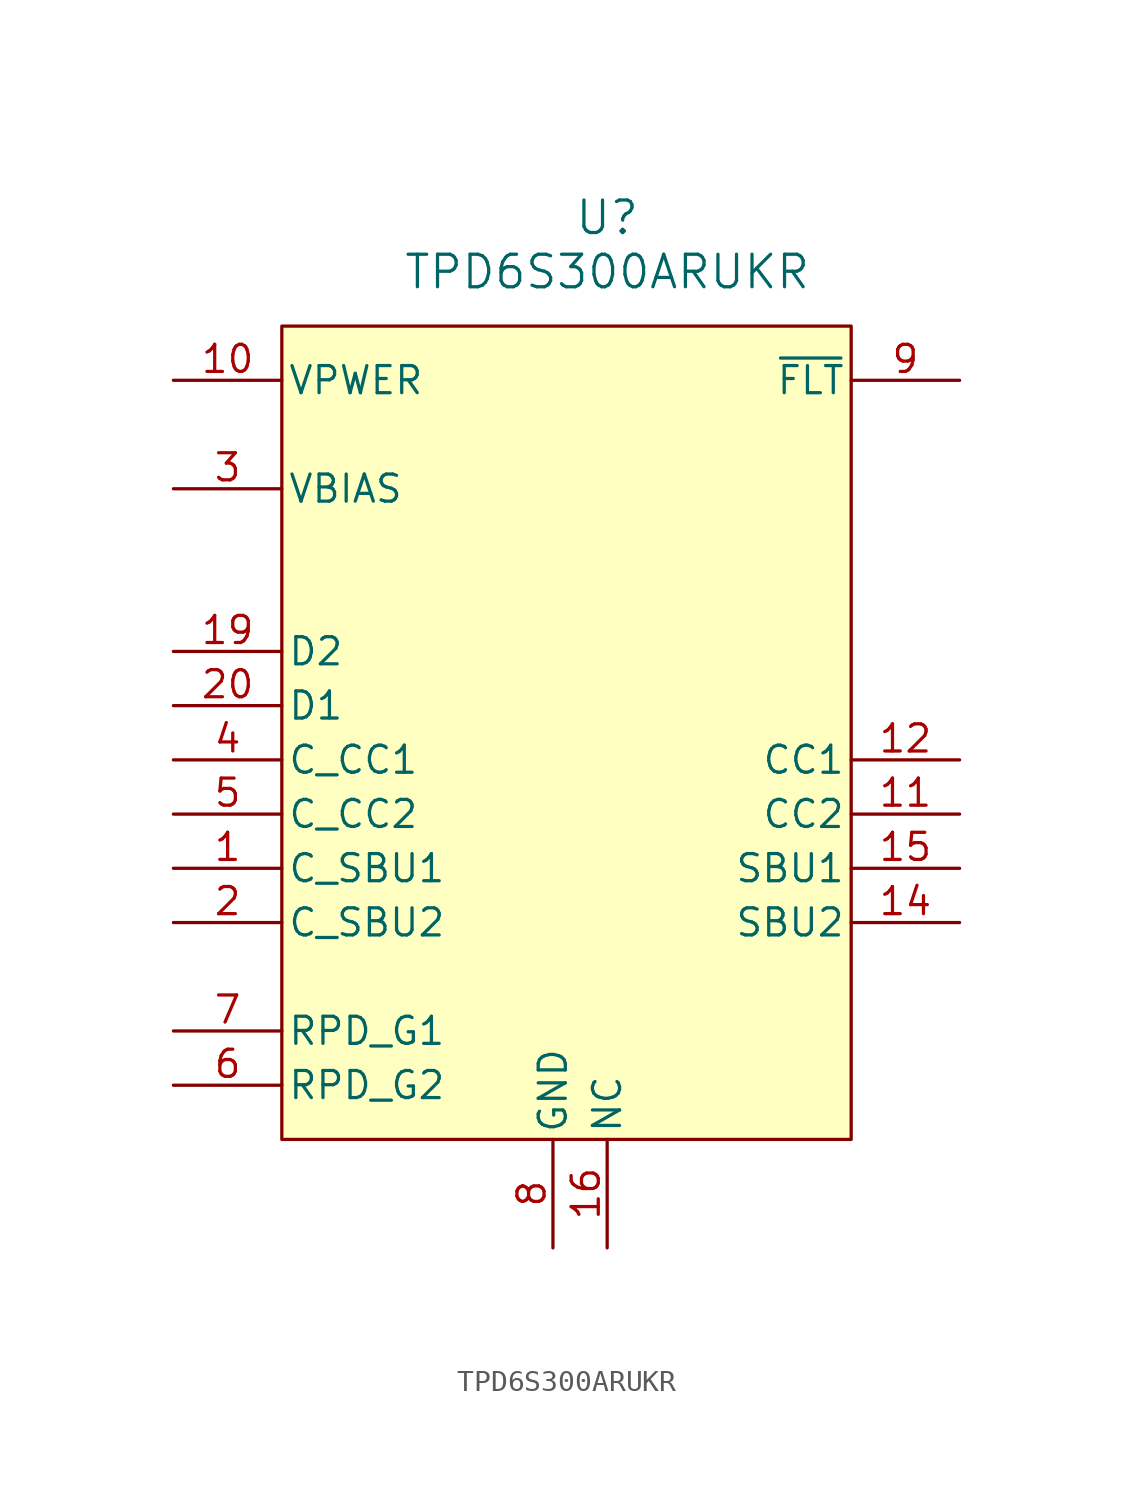
<source format=kicad_sym>
(kicad_symbol_lib
  (version 20231120)
  (generator "kicad_symbol_editor")
  (generator_version "8.0")
  (symbol "TPD6S300ARUKR"
    (pin_names
      (offset 0.254))
    (property "Reference" "U"
      (at 22.86 10.16 0)
      (effects (font (size 1.524 1.524))))
    (property "Value" "TPD6S300ARUKR"
      (at 22.86 7.62 0)
      (effects (font (size 1.524 1.524))))
    (symbol "TPD6S300ARUKR_1_1"
      (rectangle (start 7.62 5.08) (end 34.29 -33.02) (stroke (width 0) (type default)) (fill (type background)))
      (pin bidirectional line (at 2.54 -20.32 0) (length 5.08) (name "C_SBU1" (effects (font (size 1.27 1.27)))) (number "1" (effects (font (size 1.27 1.27)))))
      (pin power_in line (at 2.54 2.54 0) (length 5.08) (name "VPWER" (effects (font (size 1.27 1.27)))) (number "10" (effects (font (size 1.27 1.27)))))
      (pin bidirectional line (at 39.37 -17.78 180) (length 5.08) (name "CC2" (effects (font (size 1.27 1.27)))) (number "11" (effects (font (size 1.27 1.27)))))
      (pin bidirectional line (at 39.37 -15.24 180) (length 5.08) (name "CC1" (effects (font (size 1.27 1.27)))) (number "12" (effects (font (size 1.27 1.27)))))
      (pin power_out line (at 20.32 -38.1 90) (length 5.08) hide (name "GND" (effects (font (size 1.27 1.27)))) (number "13" (effects (font (size 1.27 1.27)))))
      (pin bidirectional line (at 39.37 -22.86 180) (length 5.08) (name "SBU2" (effects (font (size 1.27 1.27)))) (number "14" (effects (font (size 1.27 1.27)))))
      (pin bidirectional line (at 39.37 -20.32 180) (length 5.08) (name "SBU1" (effects (font (size 1.27 1.27)))) (number "15" (effects (font (size 1.27 1.27)))))
      (pin unspecified line (at 22.86 -38.1 90) (length 5.08) (name "NC" (effects (font (size 1.27 1.27)))) (number "16" (effects (font (size 1.27 1.27)))))
      (pin unspecified line (at 22.86 -38.1 90) (length 5.08) hide (name "NC" (effects (font (size 1.27 1.27)))) (number "17" (effects (font (size 1.27 1.27)))))
      (pin power_out line (at 20.32 -38.1 90) (length 5.08) hide (name "GND" (effects (font (size 1.27 1.27)))) (number "18" (effects (font (size 1.27 1.27)))))
      (pin bidirectional line (at 2.54 -10.16 0) (length 5.08) (name "D2" (effects (font (size 1.27 1.27)))) (number "19" (effects (font (size 1.27 1.27)))))
      (pin bidirectional line (at 2.54 -22.86 0) (length 5.08) (name "C_SBU2" (effects (font (size 1.27 1.27)))) (number "2" (effects (font (size 1.27 1.27)))))
      (pin bidirectional line (at 2.54 -12.7 0) (length 5.08) (name "D1" (effects (font (size 1.27 1.27)))) (number "20" (effects (font (size 1.27 1.27)))))
      (pin power_out line (at 20.32 -38.1 90) (length 5.08) hide (name "GND" (effects (font (size 1.27 1.27)))) (number "21" (effects (font (size 1.27 1.27)))))
      (pin power_in line (at 2.54 -2.54 0) (length 5.08) (name "VBIAS" (effects (font (size 1.27 1.27)))) (number "3" (effects (font (size 1.27 1.27)))))
      (pin bidirectional line (at 2.54 -15.24 0) (length 5.08) (name "C_CC1" (effects (font (size 1.27 1.27)))) (number "4" (effects (font (size 1.27 1.27)))))
      (pin bidirectional line (at 2.54 -17.78 0) (length 5.08) (name "C_CC2" (effects (font (size 1.27 1.27)))) (number "5" (effects (font (size 1.27 1.27)))))
      (pin bidirectional line (at 2.54 -30.48 0) (length 5.08) (name "RPD_G2" (effects (font (size 1.27 1.27)))) (number "6" (effects (font (size 1.27 1.27)))))
      (pin bidirectional line (at 2.54 -27.94 0) (length 5.08) (name "RPD_G1" (effects (font (size 1.27 1.27)))) (number "7" (effects (font (size 1.27 1.27)))))
      (pin power_out line (at 20.32 -38.1 90) (length 5.08) (name "GND" (effects (font (size 1.27 1.27)))) (number "8" (effects (font (size 1.27 1.27)))))
      (pin output line (at 39.37 2.54 180) (length 5.08) (name "~{FLT}" (effects (font (size 1.27 1.27)))) (number "9" (effects (font (size 1.27 1.27))))))))
</source>
